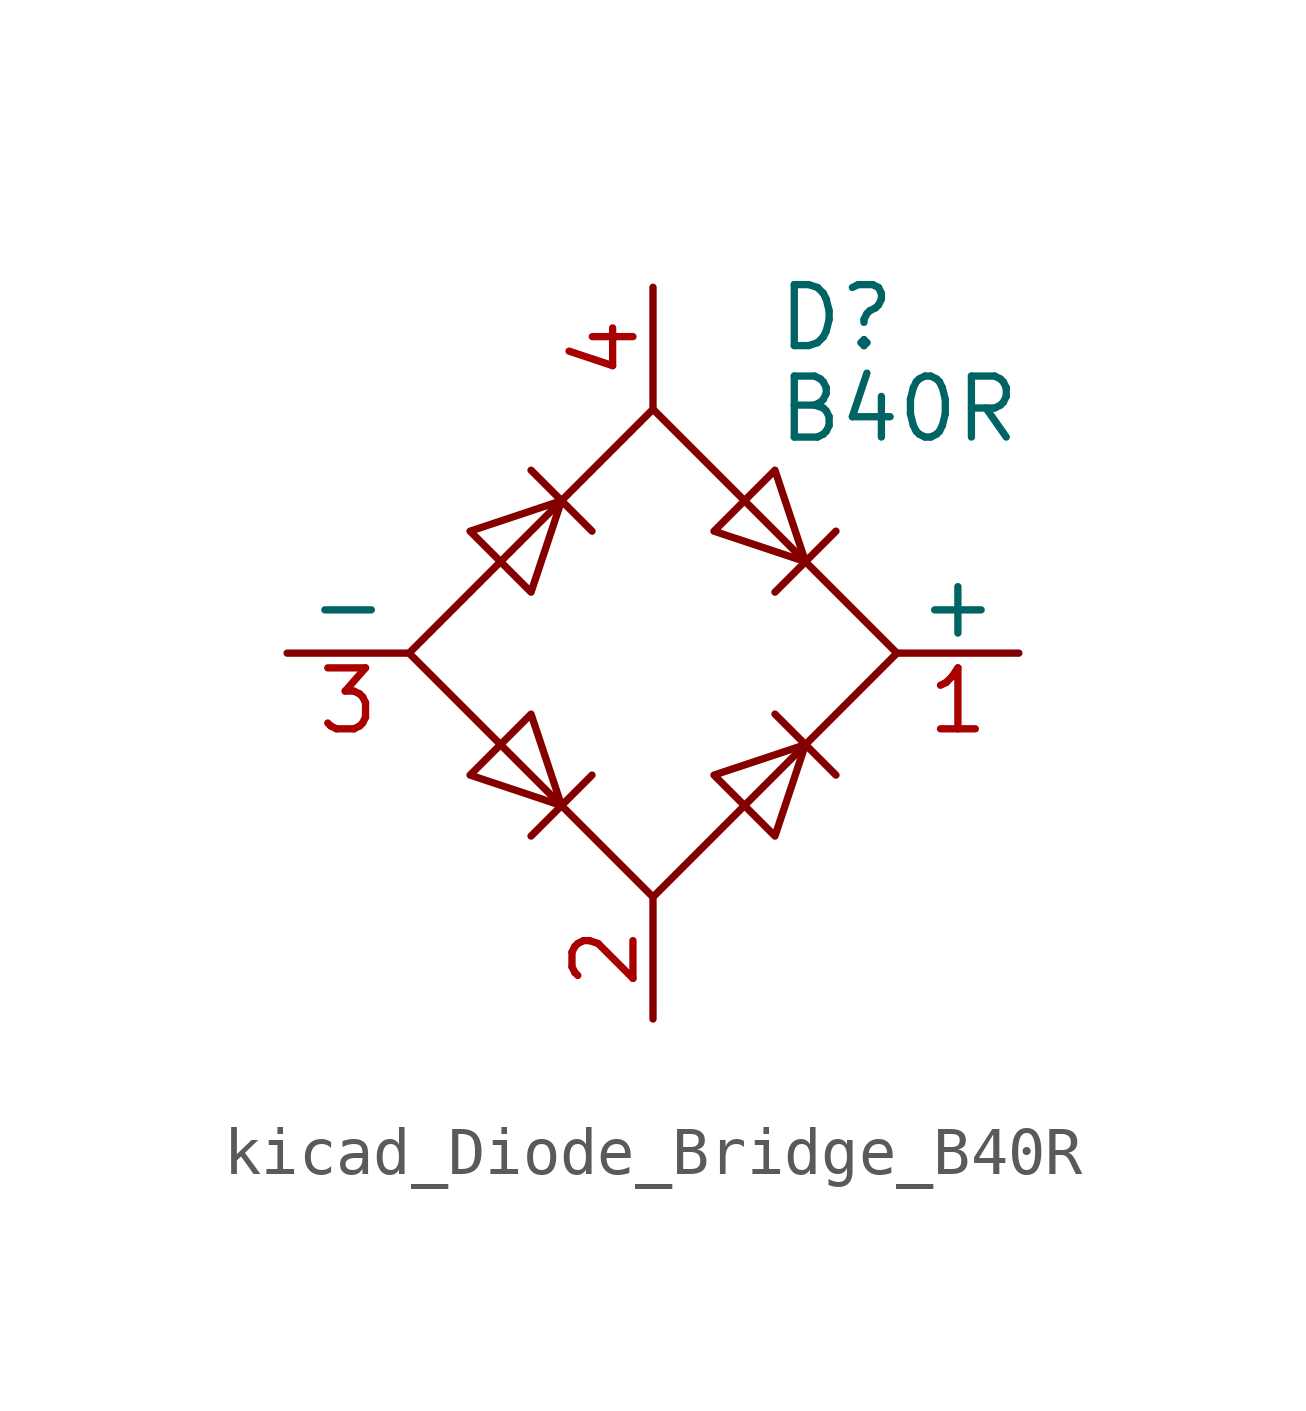
<source format=kicad_sym>
(kicad_symbol_lib
  (version 20220914)
  (generator kicad_symbol_editor)
  (symbol "kicad_Diode_Bridge_B40R"
    (pin_names
      (offset 0))
    (property "Reference" "D"
      (at 2.54 6.985 0)
      (effects (font (size 1.27 1.27)) (justify left)))
    (property "Value" "B40R"
      (at 2.54 5.08 0)
      (effects (font (size 1.27 1.27)) (justify left)))
    (symbol "kicad_Diode_Bridge_B40R_0_1"
      (polyline (pts (xy -2.54 3.81) (xy -1.27 2.54)) (stroke (width 0) (type default)) (fill (type none)))
      (polyline (pts (xy -1.27 -2.54) (xy -2.54 -3.81)) (stroke (width 0) (type default)) (fill (type none)))
      (polyline (pts (xy 2.54 -1.27) (xy 3.81 -2.54)) (stroke (width 0) (type default)) (fill (type none)))
      (polyline (pts (xy 2.54 1.27) (xy 3.81 2.54)) (stroke (width 0) (type default)) (fill (type none)))
      (polyline (pts (xy -3.81 2.54) (xy -2.54 1.27) (xy -1.905 3.175) (xy -3.81 2.54)) (stroke (width 0) (type default)) (fill (type none)))
      (polyline (pts (xy -2.54 -1.27) (xy -3.81 -2.54) (xy -1.905 -3.175) (xy -2.54 -1.27)) (stroke (width 0) (type default)) (fill (type none)))
      (polyline (pts (xy 1.27 2.54) (xy 2.54 3.81) (xy 3.175 1.905) (xy 1.27 2.54)) (stroke (width 0) (type default)) (fill (type none)))
      (polyline (pts (xy 3.175 -1.905) (xy 1.27 -2.54) (xy 2.54 -3.81) (xy 3.175 -1.905)) (stroke (width 0) (type default)) (fill (type none)))
      (polyline (pts (xy -5.08 0) (xy 0 -5.08) (xy 5.08 0) (xy 0 5.08) (xy -5.08 0)) (stroke (width 0) (type default)) (fill (type none))))
    (symbol "kicad_Diode_Bridge_B40R_1_1"
      (pin passive line (at 7.62 0 180) (length 2.54) (name "+" (effects (font (size 1.27 1.27)))) (number "1" (effects (font (size 1.27 1.27)))))
      (pin passive line (at 0 -7.62 90) (length 2.54) (name "~" (effects (font (size 1.27 1.27)))) (number "2" (effects (font (size 1.27 1.27)))))
      (pin passive line (at -7.62 0 0) (length 2.54) (name "-" (effects (font (size 1.27 1.27)))) (number "3" (effects (font (size 1.27 1.27)))))
      (pin passive line (at 0 7.62 270) (length 2.54) (name "~" (effects (font (size 1.27 1.27)))) (number "4" (effects (font (size 1.27 1.27))))))))
</source>
